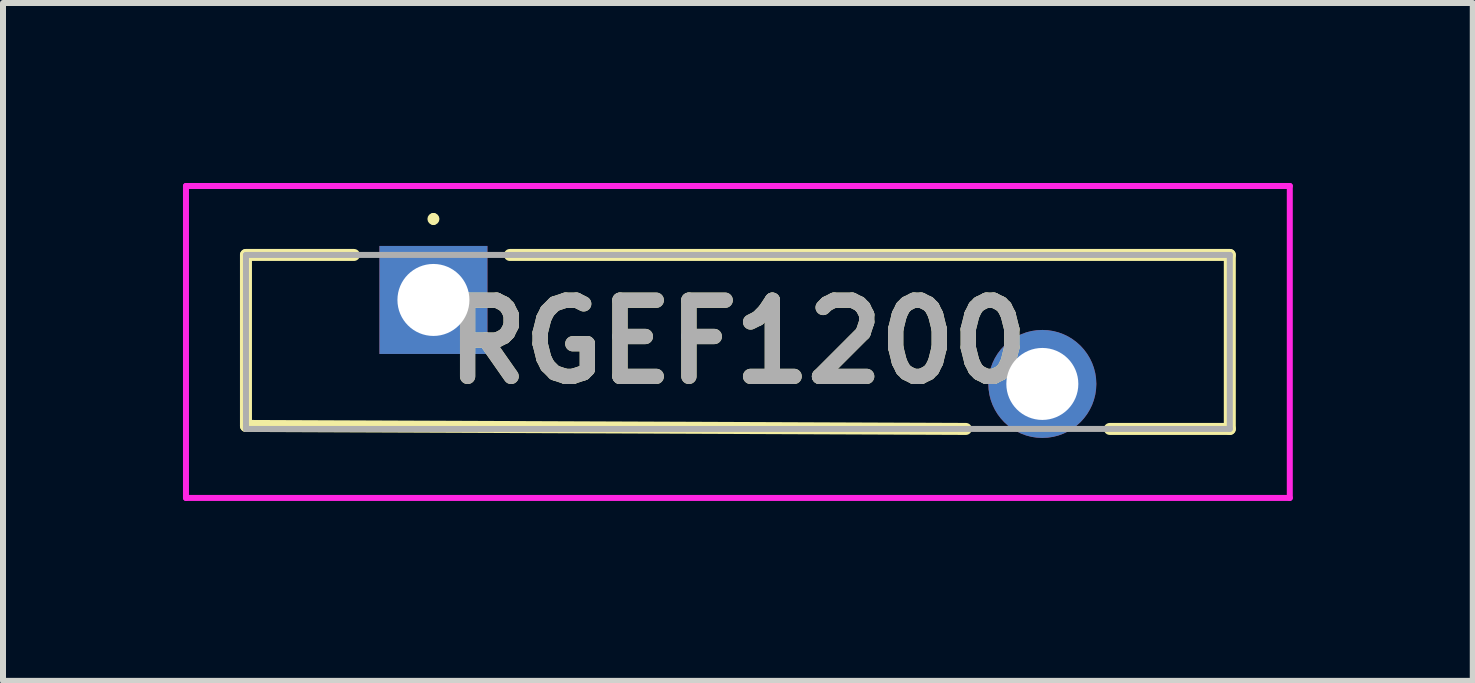
<source format=kicad_pcb>
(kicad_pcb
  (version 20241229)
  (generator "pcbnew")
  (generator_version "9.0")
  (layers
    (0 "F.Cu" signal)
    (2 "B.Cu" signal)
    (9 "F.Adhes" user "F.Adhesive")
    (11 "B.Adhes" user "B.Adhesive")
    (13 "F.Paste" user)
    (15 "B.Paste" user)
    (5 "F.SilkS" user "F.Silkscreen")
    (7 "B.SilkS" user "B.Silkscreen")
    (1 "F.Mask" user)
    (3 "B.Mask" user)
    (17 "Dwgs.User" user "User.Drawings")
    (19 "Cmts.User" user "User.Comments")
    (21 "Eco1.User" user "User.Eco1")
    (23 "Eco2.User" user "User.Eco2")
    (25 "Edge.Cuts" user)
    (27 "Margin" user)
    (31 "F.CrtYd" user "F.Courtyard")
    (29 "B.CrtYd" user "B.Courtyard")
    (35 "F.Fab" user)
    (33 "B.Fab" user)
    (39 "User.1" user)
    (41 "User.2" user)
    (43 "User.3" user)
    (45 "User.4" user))
  (footprint "RGEF1200"
    (layer "F.Cu")
    (at 4.175 1.95)
    (property "Reference" "RGEF1200" (at 5.075 0.7 0) (layer "F.SilkS") (effects (font (size 1.27 1.27) (thickness 0.254))))
    (attr through_hole)
    (fp_line (start -3.125 -0.75) (end -3.125 2.1) (stroke (width 0.2) (type solid)) (layer "F.SilkS"))
    (fp_line (start -3.125 2.1) (end 8.875 2.15) (stroke (width 0.2) (type solid)) (layer "F.SilkS"))
    (fp_line (start -1.325 -0.75) (end -3.125 -0.75) (stroke (width 0.2) (type solid)) (layer "F.SilkS"))
    (fp_line (start 0 -1.4) (end 0 -1.4) (stroke (width 0.1) (type solid)) (layer "F.SilkS"))
    (fp_line (start 0 -1.3) (end 0 -1.3) (stroke (width 0.1) (type solid)) (layer "F.SilkS"))
    (fp_line (start 1.275 -0.75) (end 13.275 -0.75) (stroke (width 0.2) (type solid)) (layer "F.SilkS"))
    (fp_line (start 13.275 -0.75) (end 13.275 2.15) (stroke (width 0.2) (type solid)) (layer "F.SilkS"))
    (fp_line (start 13.275 2.15) (end 11.275 2.15) (stroke (width 0.2) (type solid)) (layer "F.SilkS"))
    (fp_arc (start 0 -1.4) (mid 0.05 -1.35) (end 0 -1.3) (stroke (width 0.1) (type solid)) (layer "F.SilkS"))
    (fp_arc (start 0 -1.3) (mid -0.05 -1.35) (end 0 -1.4) (stroke (width 0.1) (type solid)) (layer "F.SilkS"))
    (fp_line (start -4.125 -1.9) (end 14.275 -1.9) (stroke (width 0.1) (type solid)) (layer "F.CrtYd"))
    (fp_line (start -4.125 3.3) (end -4.125 -1.9) (stroke (width 0.1) (type solid)) (layer "F.CrtYd"))
    (fp_line (start 14.275 -1.9) (end 14.275 3.3) (stroke (width 0.1) (type solid)) (layer "F.CrtYd"))
    (fp_line (start 14.275 3.3) (end -4.125 3.3) (stroke (width 0.1) (type solid)) (layer "F.CrtYd"))
    (fp_line (start -3.125 -0.75) (end 13.275 -0.75) (stroke (width 0.1) (type solid)) (layer "F.Fab"))
    (fp_line (start -3.125 2.15) (end -3.125 -0.75) (stroke (width 0.1) (type solid)) (layer "F.Fab"))
    (fp_line (start 13.275 -0.75) (end 13.275 2.15) (stroke (width 0.1) (type solid)) (layer "F.Fab"))
    (fp_line (start 13.275 2.15) (end -3.125 2.15) (stroke (width 0.1) (type solid)) (layer "F.Fab"))
    (fp_text user "${REFERENCE}" (at 5.075 0.7 0) (layer "F.Fab") (effects (font (size 1.27 1.27) (thickness 0.254))))
    (pad "1" thru_hole rect (at 0 0) (size 1.8 1.8) (drill 1.2) (layers "*.Cu" "*.Mask"))
    (pad "2" thru_hole circle (at 10.15 1.4) (size 1.8 1.8) (drill 1.2) (layers "*.Cu" "*.Mask")))
  (gr_rect
    (start -3 -3)
    (end 21.5 8.3)
    (stroke (width 0.1) (type default))
    (fill no)
    (layer "Edge.Cuts")))
</source>
